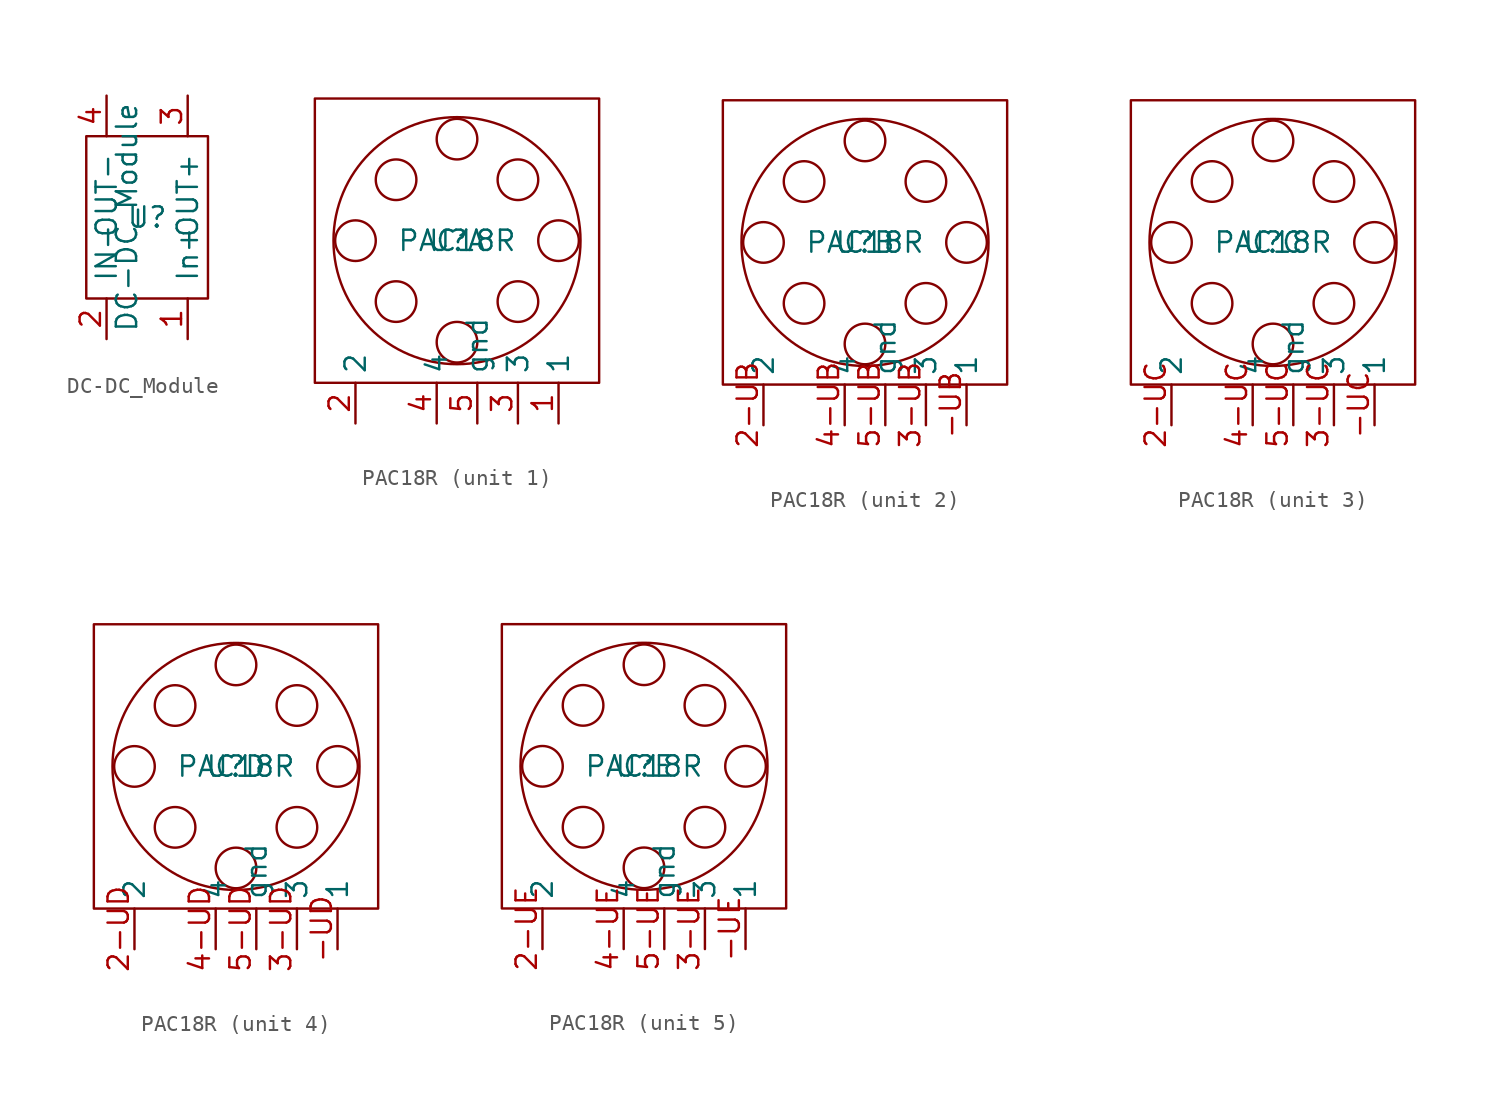
<source format=kicad_sym>
(kicad_symbol_lib
  (version 20211014)
  (generator kicad_symbol_editor)
  (symbol "DC-DC_Module"
    (pin_names
      (offset 1.016))
    (property "Reference" "U"
      (at 0 0 0)
      (effects (font (size 1.27 1.27))))
    (property "Value" "DC-DC_Module"
      (at -1.27 0 90)
      (effects (font (size 1.27 1.27))))
    (symbol "DC-DC_Module_0_1"
      (rectangle (start -3.81 5.08) (end 3.81 -5.08) (stroke (width 0) (type default) (color 0 0 0 0)) (fill (type none))))
    (symbol "DC-DC_Module_1_1"
      (pin input line (at 2.54 -7.62 90) (length 2.54) (name "In+" (effects (font (size 1.27 1.27)))) (number "1" (effects (font (size 1.27 1.27)))))
      (pin input line (at -2.54 -7.62 90) (length 2.54) (name "IN-" (effects (font (size 1.27 1.27)))) (number "2" (effects (font (size 1.27 1.27)))))
      (pin input line (at 2.54 7.62 270) (length 2.54) (name "OUT+" (effects (font (size 1.27 1.27)))) (number "3" (effects (font (size 1.27 1.27)))))
      (pin input line (at -2.54 7.62 270) (length 2.54) (name "OUT-" (effects (font (size 1.27 1.27)))) (number "4" (effects (font (size 1.27 1.27)))))))
  (symbol "PAC18R"
    (property "Reference" "U"
      (at 0 0 0)
      (effects (font (size 1.27 1.27))))
    (property "Value" "PAC18R"
      (at 0 0 0)
      (effects (font (size 1.27 1.27))))
    (symbol "PAC18R_0_1"
      (circle (center -6.35 0) (radius 1.27) (stroke (width 0.152) (type default) (color 0 0 0 0)) (fill (type none)))
      (circle (center -3.81 -3.81) (radius 1.27) (stroke (width 0.152) (type default) (color 0 0 0 0)) (fill (type none)))
      (circle (center -3.81 3.81) (radius 1.27) (stroke (width 0.152) (type default) (color 0 0 0 0)) (fill (type none)))
      (circle (center 0 -6.35) (radius 1.27) (stroke (width 0.152) (type default) (color 0 0 0 0)) (fill (type none)))
      (circle (center 0 0) (radius 7.725) (stroke (width 0.152) (type default) (color 0 0 0 0)) (fill (type none)))
      (circle (center 0 6.35) (radius 1.27) (stroke (width 0.152) (type default) (color 0 0 0 0)) (fill (type none)))
      (circle (center 3.81 -3.81) (radius 1.27) (stroke (width 0.152) (type default) (color 0 0 0 0)) (fill (type none)))
      (circle (center 3.81 3.81) (radius 1.27) (stroke (width 0.152) (type default) (color 0 0 0 0)) (fill (type none)))
      (circle (center 6.35 0) (radius 1.27) (stroke (width 0.152) (type default) (color 0 0 0 0)) (fill (type none)))
      (rectangle (start 8.89 -8.89) (end -8.89 8.89) (stroke (width 0.152) (type default) (color 0 0 0 0)) (fill (type none))))
    (symbol "PAC18R_1_1"
      (pin input line (at 6.35 -11.43 90) (length 2.54) (name "1" (effects (font (size 1.27 1.27)))) (number "1" (effects (font (size 1.27 1.27)))))
      (pin input line (at -6.35 -11.43 90) (length 2.54) (name "2" (effects (font (size 1.27 1.27)))) (number "2" (effects (font (size 1.27 1.27)))))
      (pin input line (at 3.81 -11.43 90) (length 2.54) (name "3" (effects (font (size 1.27 1.27)))) (number "3" (effects (font (size 1.27 1.27)))))
      (pin input line (at -1.27 -11.43 90) (length 2.54) (name "4" (effects (font (size 1.27 1.27)))) (number "4" (effects (font (size 1.27 1.27)))))
      (pin input line (at 1.27 -11.43 90) (length 2.54) (name "gnd" (effects (font (size 1.27 1.27)))) (number "5" (effects (font (size 1.27 1.27))))))
    (symbol "PAC18R_2_1"
      (pin input line (at 6.35 -11.43 90) (length 2.54) (name "1" (effects (font (size 1.27 1.27)))) (number "-UB" (effects (font (size 1.27 1.27)))))
      (pin input line (at -6.35 -11.43 90) (length 2.54) (name "2" (effects (font (size 1.27 1.27)))) (number "2-UB" (effects (font (size 1.27 1.27)))))
      (pin input line (at 3.81 -11.43 90) (length 2.54) (name "3" (effects (font (size 1.27 1.27)))) (number "3-UB" (effects (font (size 1.27 1.27)))))
      (pin input line (at -1.27 -11.43 90) (length 2.54) (name "4" (effects (font (size 1.27 1.27)))) (number "4-UB" (effects (font (size 1.27 1.27)))))
      (pin input line (at 1.27 -11.43 90) (length 2.54) (name "gnd" (effects (font (size 1.27 1.27)))) (number "5-UB" (effects (font (size 1.27 1.27))))))
    (symbol "PAC18R_3_1"
      (pin input line (at 6.35 -11.43 90) (length 2.54) (name "1" (effects (font (size 1.27 1.27)))) (number "-UC" (effects (font (size 1.27 1.27)))))
      (pin input line (at -6.35 -11.43 90) (length 2.54) (name "2" (effects (font (size 1.27 1.27)))) (number "2-UC" (effects (font (size 1.27 1.27)))))
      (pin input line (at 3.81 -11.43 90) (length 2.54) (name "3" (effects (font (size 1.27 1.27)))) (number "3-UC" (effects (font (size 1.27 1.27)))))
      (pin input line (at -1.27 -11.43 90) (length 2.54) (name "4" (effects (font (size 1.27 1.27)))) (number "4-UC" (effects (font (size 1.27 1.27)))))
      (pin input line (at 1.27 -11.43 90) (length 2.54) (name "gnd" (effects (font (size 1.27 1.27)))) (number "5-UC" (effects (font (size 1.27 1.27))))))
    (symbol "PAC18R_4_1"
      (pin input line (at 6.35 -11.43 90) (length 2.54) (name "1" (effects (font (size 1.27 1.27)))) (number "-UD" (effects (font (size 1.27 1.27)))))
      (pin input line (at -6.35 -11.43 90) (length 2.54) (name "2" (effects (font (size 1.27 1.27)))) (number "2-UD" (effects (font (size 1.27 1.27)))))
      (pin input line (at 3.81 -11.43 90) (length 2.54) (name "3" (effects (font (size 1.27 1.27)))) (number "3-UD" (effects (font (size 1.27 1.27)))))
      (pin input line (at -1.27 -11.43 90) (length 2.54) (name "4" (effects (font (size 1.27 1.27)))) (number "4-UD" (effects (font (size 1.27 1.27)))))
      (pin input line (at 1.27 -11.43 90) (length 2.54) (name "gnd" (effects (font (size 1.27 1.27)))) (number "5-UD" (effects (font (size 1.27 1.27))))))
    (symbol "PAC18R_5_1"
      (pin input line (at 6.35 -11.43 90) (length 2.54) (name "1" (effects (font (size 1.27 1.27)))) (number "-UE" (effects (font (size 1.27 1.27)))))
      (pin input line (at -6.35 -11.43 90) (length 2.54) (name "2" (effects (font (size 1.27 1.27)))) (number "2-UE" (effects (font (size 1.27 1.27)))))
      (pin input line (at 3.81 -11.43 90) (length 2.54) (name "3" (effects (font (size 1.27 1.27)))) (number "3-UE" (effects (font (size 1.27 1.27)))))
      (pin input line (at -1.27 -11.43 90) (length 2.54) (name "4" (effects (font (size 1.27 1.27)))) (number "4-UE" (effects (font (size 1.27 1.27)))))
      (pin input line (at 1.27 -11.43 90) (length 2.54) (name "gnd" (effects (font (size 1.27 1.27)))) (number "5-UE" (effects (font (size 1.27 1.27))))))))
</source>
